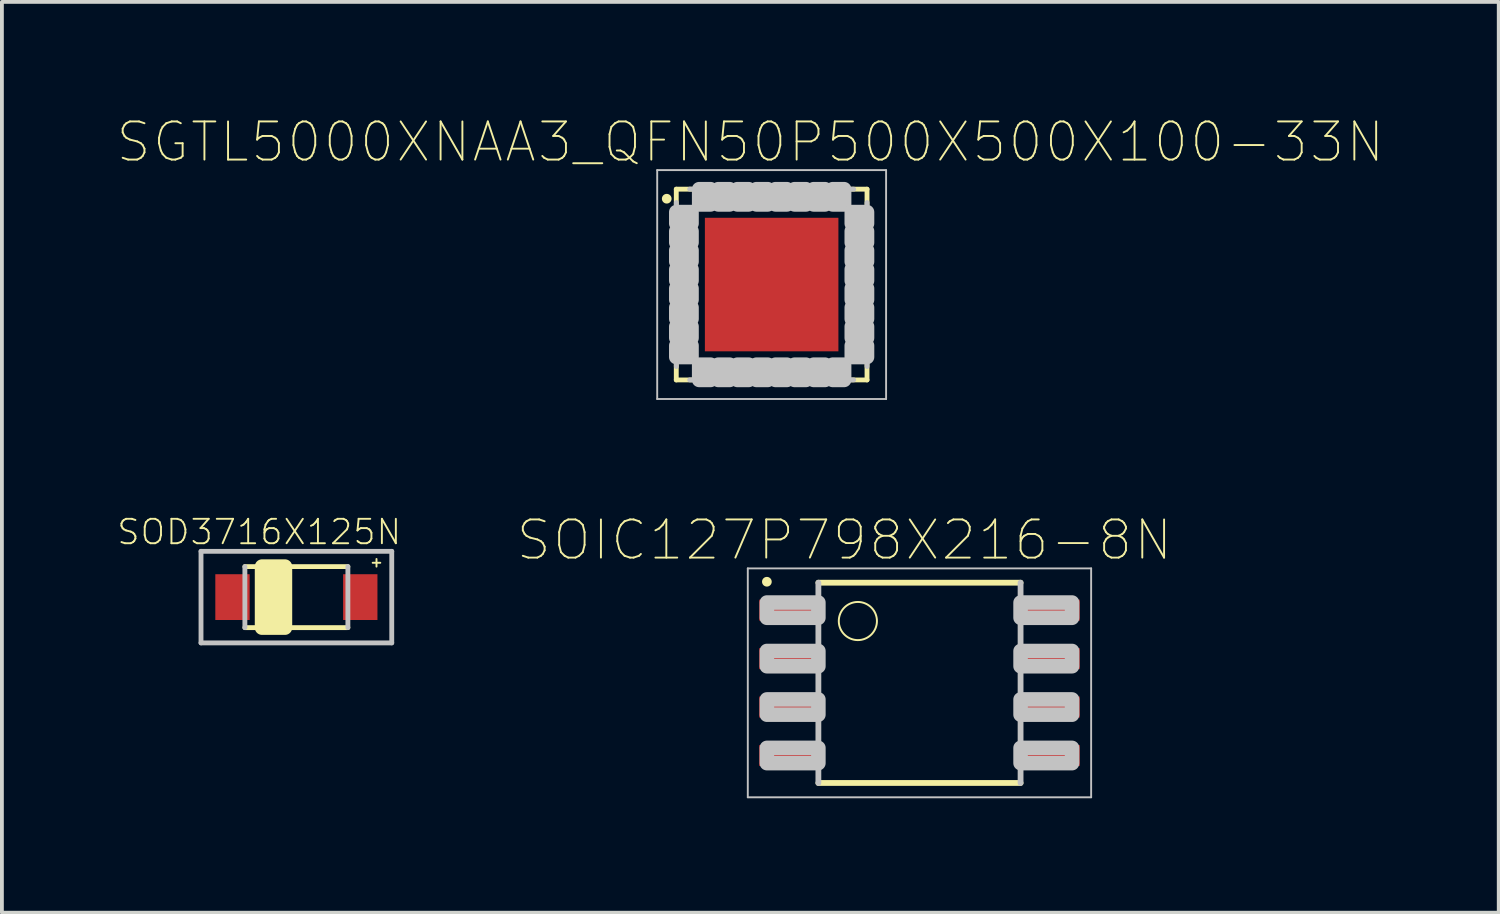
<source format=kicad_pcb>
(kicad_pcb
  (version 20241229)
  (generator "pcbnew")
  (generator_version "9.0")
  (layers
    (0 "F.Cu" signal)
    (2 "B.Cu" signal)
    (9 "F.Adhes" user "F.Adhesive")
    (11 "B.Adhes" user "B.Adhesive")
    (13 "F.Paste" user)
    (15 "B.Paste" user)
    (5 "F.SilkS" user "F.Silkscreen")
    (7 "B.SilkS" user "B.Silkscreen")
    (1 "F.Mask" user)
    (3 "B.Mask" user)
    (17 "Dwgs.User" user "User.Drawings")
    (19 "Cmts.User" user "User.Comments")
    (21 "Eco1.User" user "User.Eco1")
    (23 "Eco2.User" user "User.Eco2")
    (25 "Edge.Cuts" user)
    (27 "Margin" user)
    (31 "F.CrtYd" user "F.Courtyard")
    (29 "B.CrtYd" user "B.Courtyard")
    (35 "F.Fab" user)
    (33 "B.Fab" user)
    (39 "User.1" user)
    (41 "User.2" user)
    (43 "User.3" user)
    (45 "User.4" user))
  (footprint "SOD3716X125N"
    (layer "F.Cu")
    (at 4.719 12.602)
    (property "Reference" "SOD3716X125N" (at -0.974 -1.706 0) (layer "F.SilkS") (effects (font (size 0.64 0.64) (thickness 0.05))))
    (attr smd)
    (fp_line (start -1.35 -0.8) (end 1.35 -0.8) (stroke (width 0.127) (type solid)) (layer "F.SilkS"))
    (fp_line (start 1.35 0.8) (end -1.35 0.8) (stroke (width 0.127) (type solid)) (layer "F.SilkS"))
    (fp_line (start 2 -0.9) (end 2.2 -0.9) (stroke (width 0.05) (type solid)) (layer "F.SilkS"))
    (fp_line (start 2.1 -1) (end 2.1 -0.8) (stroke (width 0.05) (type solid)) (layer "F.SilkS"))
    (fp_poly (pts (xy -0.9 -0.8) (xy -0.3 -0.8) (xy -0.3 0.8) (xy -0.9 0.8)) (stroke (width 0.381) (type solid)) (fill yes) (layer "F.SilkS"))
    (fp_line (start -2.5 -1.2) (end -2.5 1.2) (stroke (width 0.127) (type solid)) (layer "Dwgs.User"))
    (fp_line (start -2.5 1.2) (end 2.5 1.2) (stroke (width 0.127) (type solid)) (layer "Dwgs.User"))
    (fp_line (start -1.35 0.8) (end -1.35 -0.8) (stroke (width 0.127) (type solid)) (layer "Dwgs.User"))
    (fp_line (start 1.35 -0.8) (end 1.35 0.8) (stroke (width 0.127) (type solid)) (layer "Dwgs.User"))
    (fp_line (start 2.5 -1.2) (end -2.5 -1.2) (stroke (width 0.127) (type solid)) (layer "Dwgs.User"))
    (fp_line (start 2.5 1.2) (end 2.5 -1.2) (stroke (width 0.127) (type solid)) (layer "Dwgs.User"))
    (pad "A" smd rect (at 1.675 0) (size 0.9 1.2) (layers "F.Cu" "F.Mask" "F.Paste"))
    (pad "C" smd rect (at -1.675 0) (size 0.9 1.2) (layers "F.Cu" "F.Mask" "F.Paste")))
  (footprint "SGTL5000XNAA3_QFN50P500X500X100-33N"
    (layer "F.Cu")
    (at 17.177 4.409)
    (property "Reference" "SGTL5000XNAA3_QFN50P500X500X100-33N" (at -0.559 -3.736 0) (layer "F.SilkS") (effects (font (size 1 1) (thickness 0.05))))
    (attr smd)
    (fp_poly (pts (xy -2.7 -1.95) (xy -1.9 -1.95) (xy -1.9 -1.55) (xy -2.7 -1.55)) (stroke (width 0.381) (type solid)) (fill yes) (layer "F.Mask"))
    (fp_poly (pts (xy -2.7 -1.45) (xy -1.9 -1.45) (xy -1.9 -1.05) (xy -2.7 -1.05)) (stroke (width 0.381) (type solid)) (fill yes) (layer "F.Mask"))
    (fp_poly (pts (xy -2.7 -0.95) (xy -1.9 -0.95) (xy -1.9 -0.55) (xy -2.7 -0.55)) (stroke (width 0.381) (type solid)) (fill yes) (layer "F.Mask"))
    (fp_poly (pts (xy -2.7 -0.45) (xy -1.9 -0.45) (xy -1.9 -0.05) (xy -2.7 -0.05)) (stroke (width 0.381) (type solid)) (fill yes) (layer "F.Mask"))
    (fp_poly (pts (xy -2.7 0.05) (xy -1.9 0.05) (xy -1.9 0.45) (xy -2.7 0.45)) (stroke (width 0.381) (type solid)) (fill yes) (layer "F.Mask"))
    (fp_poly (pts (xy -2.7 0.55) (xy -1.9 0.55) (xy -1.9 0.95) (xy -2.7 0.95)) (stroke (width 0.381) (type solid)) (fill yes) (layer "F.Mask"))
    (fp_poly (pts (xy -2.7 1.05) (xy -1.9 1.05) (xy -1.9 1.45) (xy -2.7 1.45)) (stroke (width 0.381) (type solid)) (fill yes) (layer "F.Mask"))
    (fp_poly (pts (xy -2.7 1.55) (xy -1.9 1.55) (xy -1.9 1.95) (xy -2.7 1.95)) (stroke (width 0.381) (type solid)) (fill yes) (layer "F.Mask"))
    (fp_poly (pts (xy -1.95 -1.9) (xy -1.95 -2.7) (xy -1.55 -2.7) (xy -1.55 -1.9)) (stroke (width 0.381) (type solid)) (fill yes) (layer "F.Mask"))
    (fp_poly (pts (xy -1.95 2.7) (xy -1.95 1.9) (xy -1.55 1.9) (xy -1.55 2.7)) (stroke (width 0.381) (type solid)) (fill yes) (layer "F.Mask"))
    (fp_poly (pts (xy -1.45 -1.9) (xy -1.45 -2.7) (xy -1.05 -2.7) (xy -1.05 -1.9)) (stroke (width 0.381) (type solid)) (fill yes) (layer "F.Mask"))
    (fp_poly (pts (xy -1.45 2.7) (xy -1.45 1.9) (xy -1.05 1.9) (xy -1.05 2.7)) (stroke (width 0.381) (type solid)) (fill yes) (layer "F.Mask"))
    (fp_poly (pts (xy -0.95 -1.9) (xy -0.95 -2.7) (xy -0.55 -2.7) (xy -0.55 -1.9)) (stroke (width 0.381) (type solid)) (fill yes) (layer "F.Mask"))
    (fp_poly (pts (xy -0.95 2.7) (xy -0.95 1.9) (xy -0.55 1.9) (xy -0.55 2.7)) (stroke (width 0.381) (type solid)) (fill yes) (layer "F.Mask"))
    (fp_poly (pts (xy -0.45 -1.9) (xy -0.45 -2.7) (xy -0.05 -2.7) (xy -0.05 -1.9)) (stroke (width 0.381) (type solid)) (fill yes) (layer "F.Mask"))
    (fp_poly (pts (xy -0.45 2.7) (xy -0.45 1.9) (xy -0.05 1.9) (xy -0.05 2.7)) (stroke (width 0.381) (type solid)) (fill yes) (layer "F.Mask"))
    (fp_poly (pts (xy 0.05 -1.9) (xy 0.05 -2.7) (xy 0.45 -2.7) (xy 0.45 -1.9)) (stroke (width 0.381) (type solid)) (fill yes) (layer "F.Mask"))
    (fp_poly (pts (xy 0.05 2.7) (xy 0.05 1.9) (xy 0.45 1.9) (xy 0.45 2.7)) (stroke (width 0.381) (type solid)) (fill yes) (layer "F.Mask"))
    (fp_poly (pts (xy 0.55 -1.9) (xy 0.55 -2.7) (xy 0.95 -2.7) (xy 0.95 -1.9)) (stroke (width 0.381) (type solid)) (fill yes) (layer "F.Mask"))
    (fp_poly (pts (xy 0.55 2.7) (xy 0.55 1.9) (xy 0.95 1.9) (xy 0.95 2.7)) (stroke (width 0.381) (type solid)) (fill yes) (layer "F.Mask"))
    (fp_poly (pts (xy 1.05 -1.9) (xy 1.05 -2.7) (xy 1.45 -2.7) (xy 1.45 -1.9)) (stroke (width 0.381) (type solid)) (fill yes) (layer "F.Mask"))
    (fp_poly (pts (xy 1.05 2.7) (xy 1.05 1.9) (xy 1.45 1.9) (xy 1.45 2.7)) (stroke (width 0.381) (type solid)) (fill yes) (layer "F.Mask"))
    (fp_poly (pts (xy 1.55 -1.9) (xy 1.55 -2.7) (xy 1.95 -2.7) (xy 1.95 -1.9)) (stroke (width 0.381) (type solid)) (fill yes) (layer "F.Mask"))
    (fp_poly (pts (xy 1.55 2.7) (xy 1.55 1.9) (xy 1.95 1.9) (xy 1.95 2.7)) (stroke (width 0.381) (type solid)) (fill yes) (layer "F.Mask"))
    (fp_poly (pts (xy 1.9 -1.95) (xy 2.7 -1.95) (xy 2.7 -1.55) (xy 1.9 -1.55)) (stroke (width 0.381) (type solid)) (fill yes) (layer "F.Mask"))
    (fp_poly (pts (xy 1.9 -1.45) (xy 2.7 -1.45) (xy 2.7 -1.05) (xy 1.9 -1.05)) (stroke (width 0.381) (type solid)) (fill yes) (layer "F.Mask"))
    (fp_poly (pts (xy 1.9 -0.95) (xy 2.7 -0.95) (xy 2.7 -0.55) (xy 1.9 -0.55)) (stroke (width 0.381) (type solid)) (fill yes) (layer "F.Mask"))
    (fp_poly (pts (xy 1.9 -0.45) (xy 2.7 -0.45) (xy 2.7 -0.05) (xy 1.9 -0.05)) (stroke (width 0.381) (type solid)) (fill yes) (layer "F.Mask"))
    (fp_poly (pts (xy 1.9 0.05) (xy 2.7 0.05) (xy 2.7 0.45) (xy 1.9 0.45)) (stroke (width 0.381) (type solid)) (fill yes) (layer "F.Mask"))
    (fp_poly (pts (xy 1.9 0.55) (xy 2.7 0.55) (xy 2.7 0.95) (xy 1.9 0.95)) (stroke (width 0.381) (type solid)) (fill yes) (layer "F.Mask"))
    (fp_poly (pts (xy 1.9 1.05) (xy 2.7 1.05) (xy 2.7 1.45) (xy 1.9 1.45)) (stroke (width 0.381) (type solid)) (fill yes) (layer "F.Mask"))
    (fp_poly (pts (xy 1.9 1.55) (xy 2.7 1.55) (xy 2.7 1.95) (xy 1.9 1.95)) (stroke (width 0.381) (type solid)) (fill yes) (layer "F.Mask"))
    (fp_line (start -2.5 -2.5) (end -2.5 -2.1) (stroke (width 0.127) (type solid)) (layer "F.SilkS"))
    (fp_line (start -2.5 2.1) (end -2.5 2.5) (stroke (width 0.127) (type solid)) (layer "F.SilkS"))
    (fp_line (start -2.5 2.5) (end -2.1 2.5) (stroke (width 0.127) (type solid)) (layer "F.SilkS"))
    (fp_line (start -2.1 -2.5) (end -2.5 -2.5) (stroke (width 0.127) (type solid)) (layer "F.SilkS"))
    (fp_line (start 2.1 -2.5) (end 2.5 -2.5) (stroke (width 0.127) (type solid)) (layer "F.SilkS"))
    (fp_line (start 2.1 2.5) (end 2.5 2.5) (stroke (width 0.127) (type solid)) (layer "F.SilkS"))
    (fp_line (start 2.5 -2.5) (end 2.5 -2.1) (stroke (width 0.127) (type solid)) (layer "F.SilkS"))
    (fp_line (start 2.5 2.5) (end 2.5 2.1) (stroke (width 0.127) (type solid)) (layer "F.SilkS"))
    (fp_circle (center -2.75 -2.25) (end -2.623 -2.25) (stroke (width 0) (type solid)) (fill yes) (layer "F.SilkS"))
    (fp_poly (pts (xy -1.1 -1.1) (xy 1.1 -1.1) (xy 1.1 1.1) (xy -1.1 1.1)) (stroke (width 0.381) (type solid)) (fill yes) (layer "F.Paste"))
    (fp_line (start -3 -3) (end 3 -3) (stroke (width 0.05) (type solid)) (layer "Dwgs.User"))
    (fp_line (start -3 3) (end -3 -3) (stroke (width 0.05) (type solid)) (layer "Dwgs.User"))
    (fp_line (start -2.499 2.149) (end -2.499 -2.151) (stroke (width 0.127) (type solid)) (layer "Dwgs.User"))
    (fp_line (start -2.149 -2.501) (end 2.151 -2.501) (stroke (width 0.127) (type solid)) (layer "Dwgs.User"))
    (fp_line (start 2.151 2.499) (end -2.149 2.499) (stroke (width 0.127) (type solid)) (layer "Dwgs.User"))
    (fp_line (start 2.501 -2.151) (end 2.501 2.149) (stroke (width 0.127) (type solid)) (layer "Dwgs.User"))
    (fp_line (start 3 -3) (end 3 3) (stroke (width 0.05) (type solid)) (layer "Dwgs.User"))
    (fp_line (start 3 3) (end -3 3) (stroke (width 0.05) (type solid)) (layer "Dwgs.User"))
    (fp_poly (pts (xy -2.5 -1.9) (xy -2.1 -1.9) (xy -2.1 -1.6) (xy -2.5 -1.6)) (stroke (width 0.381) (type solid)) (fill no) (layer "Dwgs.User"))
    (fp_poly (pts (xy -2.5 -1.4) (xy -2.1 -1.4) (xy -2.1 -1.1) (xy -2.5 -1.1)) (stroke (width 0.381) (type solid)) (fill no) (layer "Dwgs.User"))
    (fp_poly (pts (xy -2.5 -0.9) (xy -2.1 -0.9) (xy -2.1 -0.6) (xy -2.5 -0.6)) (stroke (width 0.381) (type solid)) (fill no) (layer "Dwgs.User"))
    (fp_poly (pts (xy -2.5 -0.4) (xy -2.1 -0.4) (xy -2.1 -0.1) (xy -2.5 -0.1)) (stroke (width 0.381) (type solid)) (fill no) (layer "Dwgs.User"))
    (fp_poly (pts (xy -2.5 0.1) (xy -2.1 0.1) (xy -2.1 0.4) (xy -2.5 0.4)) (stroke (width 0.381) (type solid)) (fill no) (layer "Dwgs.User"))
    (fp_poly (pts (xy -2.5 0.6) (xy -2.1 0.6) (xy -2.1 0.9) (xy -2.5 0.9)) (stroke (width 0.381) (type solid)) (fill no) (layer "Dwgs.User"))
    (fp_poly (pts (xy -2.5 1.1) (xy -2.1 1.1) (xy -2.1 1.4) (xy -2.5 1.4)) (stroke (width 0.381) (type solid)) (fill no) (layer "Dwgs.User"))
    (fp_poly (pts (xy -2.5 1.6) (xy -2.1 1.6) (xy -2.1 1.9) (xy -2.5 1.9)) (stroke (width 0.381) (type solid)) (fill no) (layer "Dwgs.User"))
    (fp_poly (pts (xy -1.9 -2.1) (xy -1.9 -2.5) (xy -1.6 -2.5) (xy -1.6 -2.1)) (stroke (width 0.381) (type solid)) (fill no) (layer "Dwgs.User"))
    (fp_poly (pts (xy -1.9 2.5) (xy -1.9 2.1) (xy -1.6 2.1) (xy -1.6 2.5)) (stroke (width 0.381) (type solid)) (fill no) (layer "Dwgs.User"))
    (fp_poly (pts (xy -1.4 -2.1) (xy -1.4 -2.5) (xy -1.1 -2.5) (xy -1.1 -2.1)) (stroke (width 0.381) (type solid)) (fill no) (layer "Dwgs.User"))
    (fp_poly (pts (xy -1.4 2.5) (xy -1.4 2.1) (xy -1.1 2.1) (xy -1.1 2.5)) (stroke (width 0.381) (type solid)) (fill no) (layer "Dwgs.User"))
    (fp_poly (pts (xy -0.9 -2.1) (xy -0.9 -2.5) (xy -0.6 -2.5) (xy -0.6 -2.1)) (stroke (width 0.381) (type solid)) (fill no) (layer "Dwgs.User"))
    (fp_poly (pts (xy -0.9 2.5) (xy -0.9 2.1) (xy -0.6 2.1) (xy -0.6 2.5)) (stroke (width 0.381) (type solid)) (fill no) (layer "Dwgs.User"))
    (fp_poly (pts (xy -0.4 -2.1) (xy -0.4 -2.5) (xy -0.1 -2.5) (xy -0.1 -2.1)) (stroke (width 0.381) (type solid)) (fill no) (layer "Dwgs.User"))
    (fp_poly (pts (xy -0.4 2.5) (xy -0.4 2.1) (xy -0.1 2.1) (xy -0.1 2.5)) (stroke (width 0.381) (type solid)) (fill no) (layer "Dwgs.User"))
    (fp_poly (pts (xy 0.1 -2.1) (xy 0.1 -2.5) (xy 0.4 -2.5) (xy 0.4 -2.1)) (stroke (width 0.381) (type solid)) (fill no) (layer "Dwgs.User"))
    (fp_poly (pts (xy 0.1 2.5) (xy 0.1 2.1) (xy 0.4 2.1) (xy 0.4 2.5)) (stroke (width 0.381) (type solid)) (fill no) (layer "Dwgs.User"))
    (fp_poly (pts (xy 0.6 -2.1) (xy 0.6 -2.5) (xy 0.9 -2.5) (xy 0.9 -2.1)) (stroke (width 0.381) (type solid)) (fill no) (layer "Dwgs.User"))
    (fp_poly (pts (xy 0.6 2.5) (xy 0.6 2.1) (xy 0.9 2.1) (xy 0.9 2.5)) (stroke (width 0.381) (type solid)) (fill no) (layer "Dwgs.User"))
    (fp_poly (pts (xy 1.1 -2.1) (xy 1.1 -2.5) (xy 1.4 -2.5) (xy 1.4 -2.1)) (stroke (width 0.381) (type solid)) (fill no) (layer "Dwgs.User"))
    (fp_poly (pts (xy 1.1 2.5) (xy 1.1 2.1) (xy 1.4 2.1) (xy 1.4 2.5)) (stroke (width 0.381) (type solid)) (fill no) (layer "Dwgs.User"))
    (fp_poly (pts (xy 1.6 -2.1) (xy 1.6 -2.5) (xy 1.9 -2.5) (xy 1.9 -2.1)) (stroke (width 0.381) (type solid)) (fill no) (layer "Dwgs.User"))
    (fp_poly (pts (xy 1.6 2.5) (xy 1.6 2.1) (xy 1.9 2.1) (xy 1.9 2.5)) (stroke (width 0.381) (type solid)) (fill no) (layer "Dwgs.User"))
    (fp_poly (pts (xy 2.1 -1.9) (xy 2.5 -1.9) (xy 2.5 -1.6) (xy 2.1 -1.6)) (stroke (width 0.381) (type solid)) (fill no) (layer "Dwgs.User"))
    (fp_poly (pts (xy 2.1 -1.4) (xy 2.5 -1.4) (xy 2.5 -1.1) (xy 2.1 -1.1)) (stroke (width 0.381) (type solid)) (fill no) (layer "Dwgs.User"))
    (fp_poly (pts (xy 2.1 -0.9) (xy 2.5 -0.9) (xy 2.5 -0.6) (xy 2.1 -0.6)) (stroke (width 0.381) (type solid)) (fill no) (layer "Dwgs.User"))
    (fp_poly (pts (xy 2.1 -0.4) (xy 2.5 -0.4) (xy 2.5 -0.1) (xy 2.1 -0.1)) (stroke (width 0.381) (type solid)) (fill no) (layer "Dwgs.User"))
    (fp_poly (pts (xy 2.1 0.1) (xy 2.5 0.1) (xy 2.5 0.4) (xy 2.1 0.4)) (stroke (width 0.381) (type solid)) (fill no) (layer "Dwgs.User"))
    (fp_poly (pts (xy 2.1 0.6) (xy 2.5 0.6) (xy 2.5 0.9) (xy 2.1 0.9)) (stroke (width 0.381) (type solid)) (fill no) (layer "Dwgs.User"))
    (fp_poly (pts (xy 2.1 1.1) (xy 2.5 1.1) (xy 2.5 1.4) (xy 2.1 1.4)) (stroke (width 0.381) (type solid)) (fill no) (layer "Dwgs.User"))
    (fp_poly (pts (xy 2.1 1.6) (xy 2.5 1.6) (xy 2.5 1.9) (xy 2.1 1.9)) (stroke (width 0.381) (type solid)) (fill no) (layer "Dwgs.User"))
    (pad "1" smd rect (at -2.3 -1.75) (size 0.7 0.3) (layers "F.Cu" "F.Mask" "F.Paste"))
    (pad "2" smd rect (at -2.3 -1.25) (size 0.7 0.3) (layers "F.Cu" "F.Mask" "F.Paste"))
    (pad "3" smd rect (at -2.3 -0.75) (size 0.7 0.3) (layers "F.Cu" "F.Mask" "F.Paste"))
    (pad "4" smd rect (at -2.3 -0.25) (size 0.7 0.3) (layers "F.Cu" "F.Mask" "F.Paste"))
    (pad "5" smd rect (at -2.3 0.25) (size 0.7 0.3) (layers "F.Cu" "F.Mask" "F.Paste"))
    (pad "6" smd rect (at -2.3 0.75) (size 0.7 0.3) (layers "F.Cu" "F.Mask" "F.Paste"))
    (pad "7" smd rect (at -2.3 1.25) (size 0.7 0.3) (layers "F.Cu" "F.Mask" "F.Paste"))
    (pad "8" smd rect (at -2.3 1.75) (size 0.7 0.3) (layers "F.Cu" "F.Mask" "F.Paste"))
    (pad "9" smd rect (at -1.75 2.3 90) (size 0.7 0.3) (layers "F.Cu" "F.Mask" "F.Paste"))
    (pad "10" smd rect (at -1.25 2.3 90) (size 0.7 0.3) (layers "F.Cu" "F.Mask" "F.Paste"))
    (pad "11" smd rect (at -0.75 2.3 90) (size 0.7 0.3) (layers "F.Cu" "F.Mask" "F.Paste"))
    (pad "12" smd rect (at -0.25 2.3 90) (size 0.7 0.3) (layers "F.Cu" "F.Mask" "F.Paste"))
    (pad "13" smd rect (at 0.25 2.3 90) (size 0.7 0.3) (layers "F.Cu" "F.Mask" "F.Paste"))
    (pad "14" smd rect (at 0.75 2.3 90) (size 0.7 0.3) (layers "F.Cu" "F.Mask" "F.Paste"))
    (pad "15" smd rect (at 1.25 2.3 90) (size 0.7 0.3) (layers "F.Cu" "F.Mask" "F.Paste"))
    (pad "16" smd rect (at 1.75 2.3 90) (size 0.7 0.3) (layers "F.Cu" "F.Mask" "F.Paste"))
    (pad "17" smd rect (at 2.3 1.75 180) (size 0.7 0.3) (layers "F.Cu" "F.Mask" "F.Paste"))
    (pad "18" smd rect (at 2.3 1.25 180) (size 0.7 0.3) (layers "F.Cu" "F.Mask" "F.Paste"))
    (pad "19" smd rect (at 2.3 0.75 180) (size 0.7 0.3) (layers "F.Cu" "F.Mask" "F.Paste"))
    (pad "20" smd rect (at 2.3 0.25 180) (size 0.7 0.3) (layers "F.Cu" "F.Mask" "F.Paste"))
    (pad "21" smd rect (at 2.3 -0.25 180) (size 0.7 0.3) (layers "F.Cu" "F.Mask" "F.Paste"))
    (pad "22" smd rect (at 2.3 -0.75 180) (size 0.7 0.3) (layers "F.Cu" "F.Mask" "F.Paste"))
    (pad "23" smd rect (at 2.3 -1.25 180) (size 0.7 0.3) (layers "F.Cu" "F.Mask" "F.Paste"))
    (pad "24" smd rect (at 2.3 -1.75 180) (size 0.7 0.3) (layers "F.Cu" "F.Mask" "F.Paste"))
    (pad "25" smd rect (at 1.75 -2.3 270) (size 0.7 0.3) (layers "F.Cu" "F.Mask" "F.Paste"))
    (pad "26" smd rect (at 1.25 -2.3 270) (size 0.7 0.3) (layers "F.Cu" "F.Mask" "F.Paste"))
    (pad "27" smd rect (at 0.75 -2.3 270) (size 0.7 0.3) (layers "F.Cu" "F.Mask" "F.Paste"))
    (pad "28" smd rect (at 0.25 -2.3 270) (size 0.7 0.3) (layers "F.Cu" "F.Mask" "F.Paste"))
    (pad "29" smd rect (at -0.25 -2.3 270) (size 0.7 0.3) (layers "F.Cu" "F.Mask" "F.Paste"))
    (pad "30" smd rect (at -0.75 -2.3 270) (size 0.7 0.3) (layers "F.Cu" "F.Mask" "F.Paste"))
    (pad "31" smd rect (at -1.25 -2.3 270) (size 0.7 0.3) (layers "F.Cu" "F.Mask" "F.Paste"))
    (pad "32" smd rect (at -1.75 -2.3 270) (size 0.7 0.3) (layers "F.Cu" "F.Mask" "F.Paste"))
    (pad "33" smd rect (at 0 0) (size 3.5 3.5) (layers "F.Cu" "F.Mask" "F.Paste")))
  (footprint "SOIC127P798X216-8N"
    (layer "F.Cu")
    (at 21.052 14.849)
    (property "Reference" "SOIC127P798X216-8N" (at -1.969 -3.743 0) (layer "F.SilkS") (effects (font (size 1 1) (thickness 0.05))))
    (attr smd)
    (fp_line (start -2.65 -2.625) (end 2.65 -2.625) (stroke (width 0.152) (type solid)) (layer "F.SilkS"))
    (fp_line (start -2.65 2.625) (end 2.65 2.625) (stroke (width 0.152) (type solid)) (layer "F.SilkS"))
    (fp_circle (center -4 -2.65) (end -3.873 -2.65) (stroke (width 0) (type solid)) (fill yes) (layer "F.SilkS"))
    (fp_circle (center -1.615 -1.62) (end -1.115 -1.62) (stroke (width 0.051) (type solid)) (fill no) (layer "F.SilkS"))
    (fp_line (start -4.5 -3) (end -4.5 3) (stroke (width 0.05) (type solid)) (layer "Dwgs.User"))
    (fp_line (start -4.5 3) (end 4.5 3) (stroke (width 0.05) (type solid)) (layer "Dwgs.User"))
    (fp_line (start -2.65 2.625) (end -2.65 -2.625) (stroke (width 0.152) (type solid)) (layer "Dwgs.User"))
    (fp_line (start 2.65 2.625) (end 2.65 -2.625) (stroke (width 0.152) (type solid)) (layer "Dwgs.User"))
    (fp_line (start 4.5 -3) (end -4.5 -3) (stroke (width 0.05) (type solid)) (layer "Dwgs.User"))
    (fp_line (start 4.5 3) (end 4.5 -3) (stroke (width 0.05) (type solid)) (layer "Dwgs.User"))
    (fp_poly (pts (xy -4 -2.105) (xy -2.65 -2.105) (xy -2.65 -1.705) (xy -4 -1.705)) (stroke (width 0.381) (type solid)) (fill no) (layer "Dwgs.User"))
    (fp_poly (pts (xy -4 -0.835) (xy -2.65 -0.835) (xy -2.65 -0.435) (xy -4 -0.435)) (stroke (width 0.381) (type solid)) (fill no) (layer "Dwgs.User"))
    (fp_poly (pts (xy -4 0.435) (xy -2.65 0.435) (xy -2.65 0.835) (xy -4 0.835)) (stroke (width 0.381) (type solid)) (fill no) (layer "Dwgs.User"))
    (fp_poly (pts (xy -4 1.705) (xy -2.65 1.705) (xy -2.65 2.105) (xy -4 2.105)) (stroke (width 0.381) (type solid)) (fill no) (layer "Dwgs.User"))
    (fp_poly (pts (xy 2.65 -2.105) (xy 4 -2.105) (xy 4 -1.705) (xy 2.65 -1.705)) (stroke (width 0.381) (type solid)) (fill no) (layer "Dwgs.User"))
    (fp_poly (pts (xy 2.65 -0.835) (xy 4 -0.835) (xy 4 -0.435) (xy 2.65 -0.435)) (stroke (width 0.381) (type solid)) (fill no) (layer "Dwgs.User"))
    (fp_poly (pts (xy 2.65 0.435) (xy 4 0.435) (xy 4 0.835) (xy 2.65 0.835)) (stroke (width 0.381) (type solid)) (fill no) (layer "Dwgs.User"))
    (fp_poly (pts (xy 2.65 1.705) (xy 4 1.705) (xy 4 2.105) (xy 2.65 2.105)) (stroke (width 0.381) (type solid)) (fill no) (layer "Dwgs.User"))
    (pad "1" smd rect (at -3.45 -1.905 270) (size 0.55 1.5) (layers "F.Cu" "F.Mask" "F.Paste"))
    (pad "2" smd rect (at -3.45 -0.635 270) (size 0.55 1.5) (layers "F.Cu" "F.Mask" "F.Paste"))
    (pad "3" smd rect (at -3.45 0.635 270) (size 0.55 1.5) (layers "F.Cu" "F.Mask" "F.Paste"))
    (pad "4" smd rect (at -3.45 1.905 270) (size 0.55 1.5) (layers "F.Cu" "F.Mask" "F.Paste"))
    (pad "5" smd rect (at 3.45 1.905 270) (size 0.55 1.5) (layers "F.Cu" "F.Mask" "F.Paste"))
    (pad "6" smd rect (at 3.45 0.635 270) (size 0.55 1.5) (layers "F.Cu" "F.Mask" "F.Paste"))
    (pad "7" smd rect (at 3.45 -0.635 270) (size 0.55 1.5) (layers "F.Cu" "F.Mask" "F.Paste"))
    (pad "8" smd rect (at 3.45 -1.905 270) (size 0.55 1.5) (layers "F.Cu" "F.Mask" "F.Paste")))
  (gr_rect
    (start -3 -3)
    (end 36.236 20.874)
    (stroke (width 0.1) (type default))
    (fill no)
    (layer "Edge.Cuts")))
</source>
